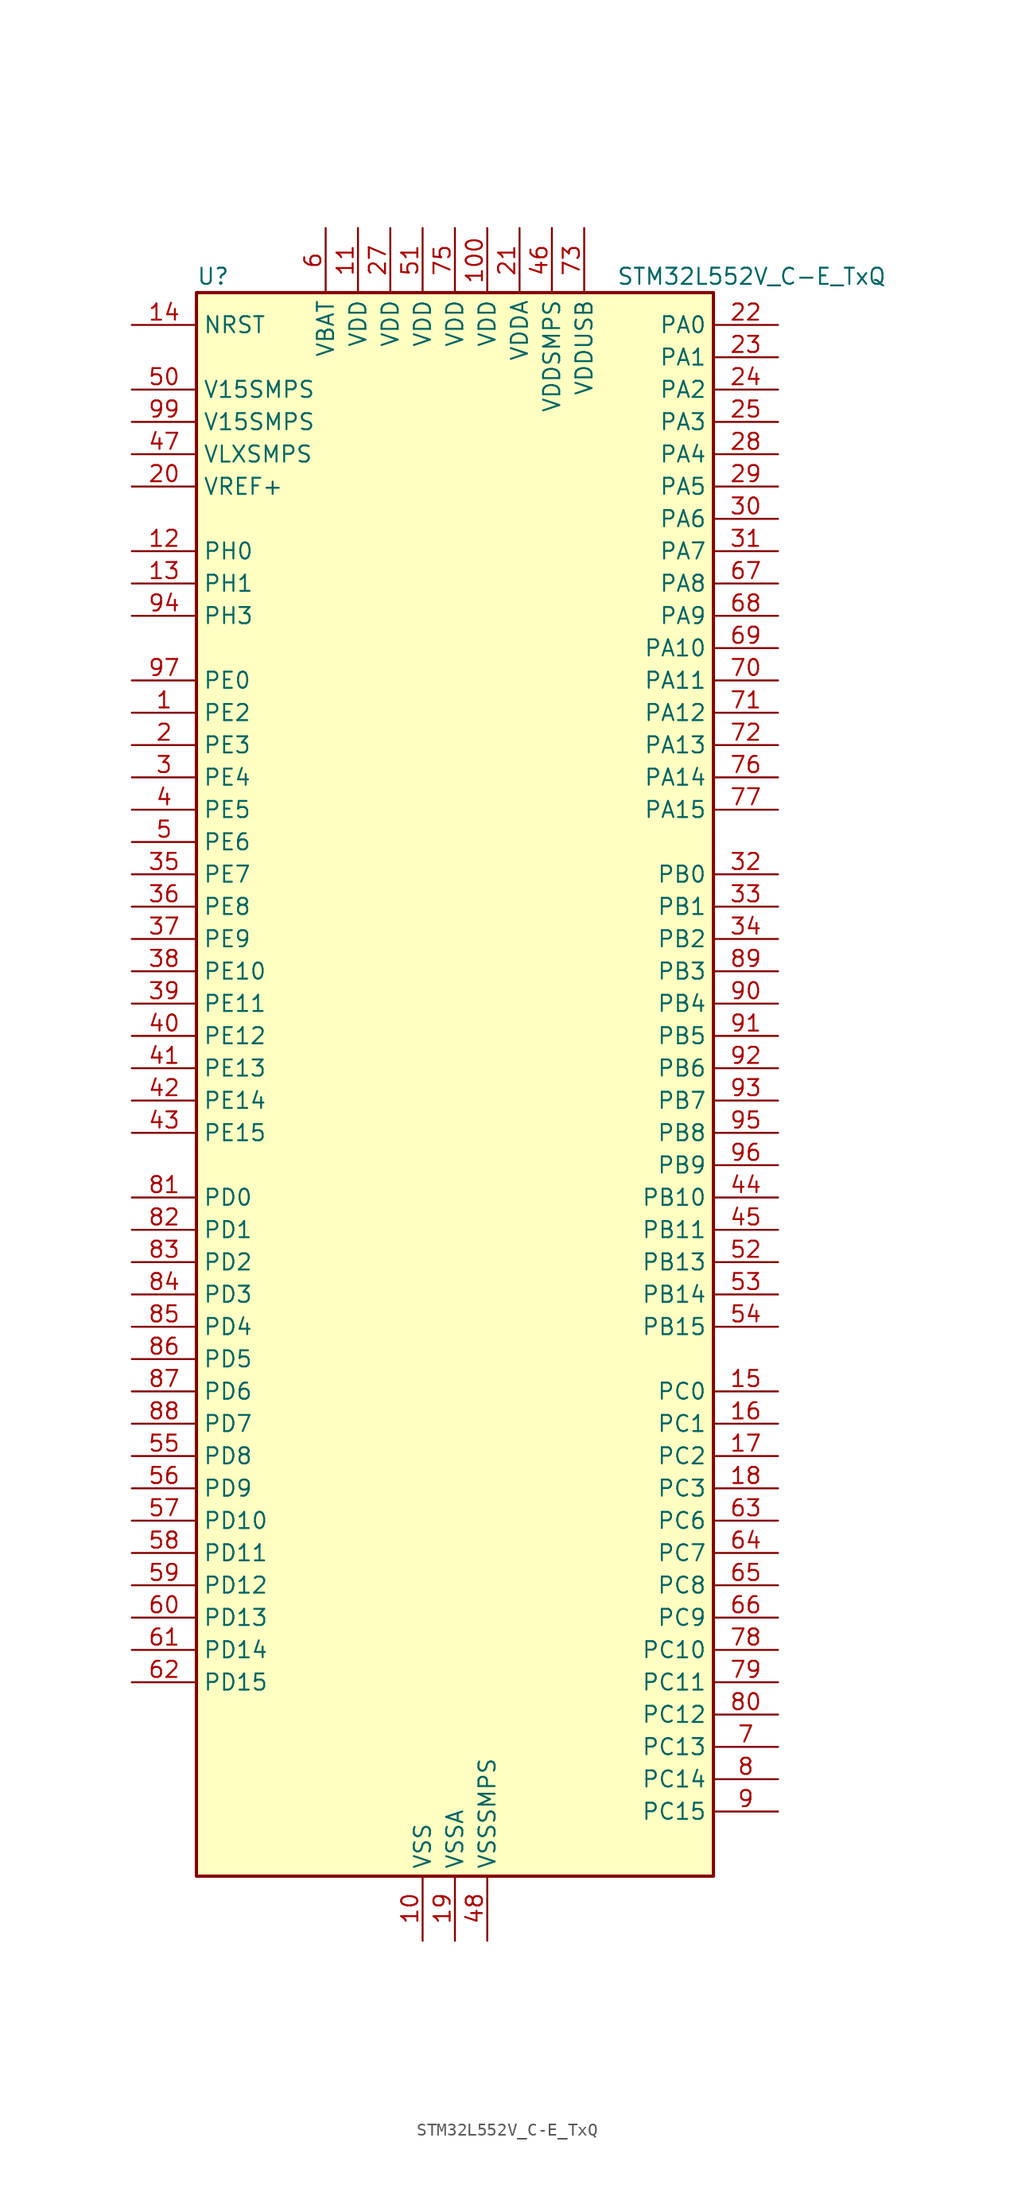
<source format=kicad_sym>
(kicad_symbol_lib
  (version 20220914)
  (generator kicad_symbol_editor)
  (symbol "STM32L552V_C-E_TxQ"
    (property "Reference" "U"
      (at -20.32 64.77 0)
      (effects (font (size 1.27 1.27)) (justify left)))
    (property "Value" "STM32L552V_C-E_TxQ"
      (at 12.7 64.77 0)
      (effects (font (size 1.27 1.27)) (justify left)))
    (property "ki_locked" ""
      (at 0 0 0)
      (effects (font (size 1.27 1.27))))
    (symbol "STM32L552V_C-E_TxQ_0_1"
      (rectangle (start -20.32 -60.96) (end 20.32 63.5) (stroke (width 0.254) (type default)) (fill (type background))))
    (symbol "STM32L552V_C-E_TxQ_1_1"
      (pin bidirectional line (at -25.4 30.48 0) (length 5.08) (name "PE2" (effects (font (size 1.27 1.27)))) (number "1" (effects (font (size 1.27 1.27)))) (alternate "DEBUG_TRACECLK" bidirectional line) (alternate "FMC_A23" bidirectional line) (alternate "SAI1_CK1" bidirectional line) (alternate "SAI1_MCLK_A" bidirectional line) (alternate "TIM3_ETR" bidirectional line) (alternate "TSC_G7_IO1" bidirectional line))
      (pin power_in line (at -2.54 -66.04 90) (length 5.08) (name "VSS" (effects (font (size 1.27 1.27)))) (number "10" (effects (font (size 1.27 1.27)))))
      (pin power_in line (at 2.54 68.58 270) (length 5.08) (name "VDD" (effects (font (size 1.27 1.27)))) (number "100" (effects (font (size 1.27 1.27)))))
      (pin power_in line (at -7.62 68.58 270) (length 5.08) (name "VDD" (effects (font (size 1.27 1.27)))) (number "11" (effects (font (size 1.27 1.27)))))
      (pin bidirectional line (at -25.4 43.18 0) (length 5.08) (name "PH0" (effects (font (size 1.27 1.27)))) (number "12" (effects (font (size 1.27 1.27)))) (alternate "RCC_OSC_IN" bidirectional line))
      (pin bidirectional line (at -25.4 40.64 0) (length 5.08) (name "PH1" (effects (font (size 1.27 1.27)))) (number "13" (effects (font (size 1.27 1.27)))) (alternate "RCC_OSC_OUT" bidirectional line))
      (pin input line (at -25.4 60.96 0) (length 5.08) (name "NRST" (effects (font (size 1.27 1.27)))) (number "14" (effects (font (size 1.27 1.27)))))
      (pin bidirectional line (at 25.4 -22.86 180) (length 5.08) (name "PC0" (effects (font (size 1.27 1.27)))) (number "15" (effects (font (size 1.27 1.27)))) (alternate "ADC1_IN1" bidirectional line) (alternate "ADC2_IN1" bidirectional line) (alternate "I2C3_SCL" bidirectional line) (alternate "LPTIM1_IN1" bidirectional line) (alternate "LPTIM2_IN1" bidirectional line) (alternate "LPUART1_RX" bidirectional line) (alternate "OCTOSPI1_IO7" bidirectional line) (alternate "SAI2_FS_A" bidirectional line) (alternate "SDMMC1_D5" bidirectional line))
      (pin bidirectional line (at 25.4 -25.4 180) (length 5.08) (name "PC1" (effects (font (size 1.27 1.27)))) (number "16" (effects (font (size 1.27 1.27)))) (alternate "ADC1_IN2" bidirectional line) (alternate "ADC2_IN2" bidirectional line) (alternate "DEBUG_TRACED0" bidirectional line) (alternate "I2C3_SDA" bidirectional line) (alternate "LPTIM1_OUT" bidirectional line) (alternate "LPUART1_TX" bidirectional line) (alternate "OCTOSPI1_IO4" bidirectional line) (alternate "SAI1_SD_A" bidirectional line) (alternate "SPI2_MOSI" bidirectional line))
      (pin bidirectional line (at 25.4 -27.94 180) (length 5.08) (name "PC2" (effects (font (size 1.27 1.27)))) (number "17" (effects (font (size 1.27 1.27)))) (alternate "ADC1_IN3" bidirectional line) (alternate "ADC2_IN3" bidirectional line) (alternate "DFSDM1_CKOUT" bidirectional line) (alternate "LPTIM1_IN2" bidirectional line) (alternate "OCTOSPI1_IO5" bidirectional line) (alternate "SPI2_MISO" bidirectional line))
      (pin bidirectional line (at 25.4 -30.48 180) (length 5.08) (name "PC3" (effects (font (size 1.27 1.27)))) (number "18" (effects (font (size 1.27 1.27)))) (alternate "ADC1_IN4" bidirectional line) (alternate "ADC2_IN4" bidirectional line) (alternate "LPTIM1_ETR" bidirectional line) (alternate "LPTIM2_ETR" bidirectional line) (alternate "LPTIM3_OUT" bidirectional line) (alternate "OCTOSPI1_IO6" bidirectional line) (alternate "SAI1_D1" bidirectional line) (alternate "SAI1_SD_A" bidirectional line) (alternate "SPI2_MOSI" bidirectional line))
      (pin power_in line (at 0 -66.04 90) (length 5.08) (name "VSSA" (effects (font (size 1.27 1.27)))) (number "19" (effects (font (size 1.27 1.27)))))
      (pin bidirectional line (at -25.4 27.94 0) (length 5.08) (name "PE3" (effects (font (size 1.27 1.27)))) (number "2" (effects (font (size 1.27 1.27)))) (alternate "DEBUG_TRACED0" bidirectional line) (alternate "FMC_A19" bidirectional line) (alternate "OCTOSPI1_DQS" bidirectional line) (alternate "SAI1_SD_B" bidirectional line) (alternate "TIM3_CH1" bidirectional line) (alternate "TSC_G7_IO2" bidirectional line))
      (pin input line (at -25.4 48.26 0) (length 5.08) (name "VREF+" (effects (font (size 1.27 1.27)))) (number "20" (effects (font (size 1.27 1.27)))))
      (pin power_in line (at 5.08 68.58 270) (length 5.08) (name "VDDA" (effects (font (size 1.27 1.27)))) (number "21" (effects (font (size 1.27 1.27)))))
      (pin bidirectional line (at 25.4 60.96 180) (length 5.08) (name "PA0" (effects (font (size 1.27 1.27)))) (number "22" (effects (font (size 1.27 1.27)))) (alternate "ADC1_IN5" bidirectional line) (alternate "ADC2_IN5" bidirectional line) (alternate "OPAMP1_VINP" bidirectional line) (alternate "PWR_WKUP1" bidirectional line) (alternate "SAI1_EXTCLK" bidirectional line) (alternate "TAMP_IN2" bidirectional line) (alternate "TAMP_OUT1" bidirectional line) (alternate "TIM2_CH1" bidirectional line) (alternate "TIM2_ETR" bidirectional line) (alternate "TIM5_CH1" bidirectional line) (alternate "TIM8_ETR" bidirectional line) (alternate "UART4_TX" bidirectional line) (alternate "USART2_CTS" bidirectional line) (alternate "USART2_NSS" bidirectional line))
      (pin bidirectional line (at 25.4 58.42 180) (length 5.08) (name "PA1" (effects (font (size 1.27 1.27)))) (number "23" (effects (font (size 1.27 1.27)))) (alternate "ADC1_IN6" bidirectional line) (alternate "ADC2_IN6" bidirectional line) (alternate "I2C1_SMBA" bidirectional line) (alternate "OCTOSPI1_DQS" bidirectional line) (alternate "OPAMP1_VINM" bidirectional line) (alternate "SPI1_SCK" bidirectional line) (alternate "TAMP_IN5" bidirectional line) (alternate "TAMP_OUT4" bidirectional line) (alternate "TIM15_CH1N" bidirectional line) (alternate "TIM2_CH2" bidirectional line) (alternate "TIM5_CH2" bidirectional line) (alternate "UART4_RX" bidirectional line) (alternate "USART2_DE" bidirectional line) (alternate "USART2_RTS" bidirectional line))
      (pin bidirectional line (at 25.4 55.88 180) (length 5.08) (name "PA2" (effects (font (size 1.27 1.27)))) (number "24" (effects (font (size 1.27 1.27)))) (alternate "ADC1_IN7" bidirectional line) (alternate "ADC2_IN7" bidirectional line) (alternate "COMP1_INP" bidirectional line) (alternate "LPUART1_TX" bidirectional line) (alternate "OCTOSPI1_NCS" bidirectional line) (alternate "PWR_WKUP4" bidirectional line) (alternate "RCC_LSCO" bidirectional line) (alternate "SAI2_EXTCLK" bidirectional line) (alternate "TIM15_CH1" bidirectional line) (alternate "TIM2_CH3" bidirectional line) (alternate "TIM5_CH3" bidirectional line) (alternate "UCPD1_FRSTX1" bidirectional line) (alternate "USART2_TX" bidirectional line))
      (pin bidirectional line (at 25.4 53.34 180) (length 5.08) (name "PA3" (effects (font (size 1.27 1.27)))) (number "25" (effects (font (size 1.27 1.27)))) (alternate "ADC1_IN8" bidirectional line) (alternate "ADC2_IN8" bidirectional line) (alternate "LPUART1_RX" bidirectional line) (alternate "OCTOSPI1_CLK" bidirectional line) (alternate "OPAMP1_VOUT" bidirectional line) (alternate "SAI1_CK1" bidirectional line) (alternate "SAI1_MCLK_A" bidirectional line) (alternate "TIM15_CH2" bidirectional line) (alternate "TIM2_CH4" bidirectional line) (alternate "TIM5_CH4" bidirectional line) (alternate "USART2_RX" bidirectional line))
      (pin passive line (at -2.54 -66.04 90) (length 5.08) hide (name "VSS" (effects (font (size 1.27 1.27)))) (number "26" (effects (font (size 1.27 1.27)))))
      (pin power_in line (at -5.08 68.58 270) (length 5.08) (name "VDD" (effects (font (size 1.27 1.27)))) (number "27" (effects (font (size 1.27 1.27)))))
      (pin bidirectional line (at 25.4 50.8 180) (length 5.08) (name "PA4" (effects (font (size 1.27 1.27)))) (number "28" (effects (font (size 1.27 1.27)))) (alternate "ADC1_IN9" bidirectional line) (alternate "ADC2_IN9" bidirectional line) (alternate "DAC1_OUT1" bidirectional line) (alternate "LPTIM2_OUT" bidirectional line) (alternate "OCTOSPI1_NCS" bidirectional line) (alternate "SAI1_FS_B" bidirectional line) (alternate "SPI1_NSS" bidirectional line) (alternate "SPI3_NSS" bidirectional line) (alternate "USART2_CK" bidirectional line))
      (pin bidirectional line (at 25.4 48.26 180) (length 5.08) (name "PA5" (effects (font (size 1.27 1.27)))) (number "29" (effects (font (size 1.27 1.27)))) (alternate "ADC1_IN10" bidirectional line) (alternate "ADC2_IN10" bidirectional line) (alternate "DAC1_OUT2" bidirectional line) (alternate "LPTIM2_ETR" bidirectional line) (alternate "SPI1_SCK" bidirectional line) (alternate "TIM2_CH1" bidirectional line) (alternate "TIM2_ETR" bidirectional line) (alternate "TIM8_CH1N" bidirectional line))
      (pin bidirectional line (at -25.4 25.4 0) (length 5.08) (name "PE4" (effects (font (size 1.27 1.27)))) (number "3" (effects (font (size 1.27 1.27)))) (alternate "DEBUG_TRACED1" bidirectional line) (alternate "DFSDM1_DATIN3" bidirectional line) (alternate "FMC_A20" bidirectional line) (alternate "SAI1_D2" bidirectional line) (alternate "SAI1_FS_A" bidirectional line) (alternate "TIM3_CH2" bidirectional line) (alternate "TSC_G7_IO3" bidirectional line))
      (pin bidirectional line (at 25.4 45.72 180) (length 5.08) (name "PA6" (effects (font (size 1.27 1.27)))) (number "30" (effects (font (size 1.27 1.27)))) (alternate "ADC1_IN11" bidirectional line) (alternate "ADC2_IN11" bidirectional line) (alternate "LPUART1_CTS" bidirectional line) (alternate "OCTOSPI1_IO3" bidirectional line) (alternate "OPAMP2_VINP" bidirectional line) (alternate "SPI1_MISO" bidirectional line) (alternate "TIM16_CH1" bidirectional line) (alternate "TIM1_BKIN" bidirectional line) (alternate "TIM3_CH1" bidirectional line) (alternate "TIM8_BKIN" bidirectional line) (alternate "USART3_CTS" bidirectional line) (alternate "USART3_NSS" bidirectional line))
      (pin bidirectional line (at 25.4 43.18 180) (length 5.08) (name "PA7" (effects (font (size 1.27 1.27)))) (number "31" (effects (font (size 1.27 1.27)))) (alternate "ADC1_IN12" bidirectional line) (alternate "ADC2_IN12" bidirectional line) (alternate "I2C3_SCL" bidirectional line) (alternate "OCTOSPI1_IO2" bidirectional line) (alternate "OPAMP2_VINM" bidirectional line) (alternate "SPI1_MOSI" bidirectional line) (alternate "TIM17_CH1" bidirectional line) (alternate "TIM1_CH1N" bidirectional line) (alternate "TIM3_CH2" bidirectional line) (alternate "TIM8_CH1N" bidirectional line))
      (pin bidirectional line (at 25.4 17.78 180) (length 5.08) (name "PB0" (effects (font (size 1.27 1.27)))) (number "32" (effects (font (size 1.27 1.27)))) (alternate "ADC1_IN15" bidirectional line) (alternate "ADC2_IN15" bidirectional line) (alternate "COMP1_OUT" bidirectional line) (alternate "OCTOSPI1_IO1" bidirectional line) (alternate "OPAMP2_VOUT" bidirectional line) (alternate "SAI1_EXTCLK" bidirectional line) (alternate "SPI1_NSS" bidirectional line) (alternate "TIM1_CH2N" bidirectional line) (alternate "TIM3_CH3" bidirectional line) (alternate "TIM8_CH2N" bidirectional line) (alternate "USART3_CK" bidirectional line))
      (pin bidirectional line (at 25.4 15.24 180) (length 5.08) (name "PB1" (effects (font (size 1.27 1.27)))) (number "33" (effects (font (size 1.27 1.27)))) (alternate "ADC1_IN16" bidirectional line) (alternate "ADC2_IN16" bidirectional line) (alternate "COMP1_INM" bidirectional line) (alternate "DFSDM1_DATIN0" bidirectional line) (alternate "LPTIM2_IN1" bidirectional line) (alternate "LPUART1_DE" bidirectional line) (alternate "LPUART1_RTS" bidirectional line) (alternate "OCTOSPI1_IO0" bidirectional line) (alternate "TIM1_CH3N" bidirectional line) (alternate "TIM3_CH4" bidirectional line) (alternate "TIM8_CH3N" bidirectional line) (alternate "USART3_DE" bidirectional line) (alternate "USART3_RTS" bidirectional line))
      (pin bidirectional line (at 25.4 12.7 180) (length 5.08) (name "PB2" (effects (font (size 1.27 1.27)))) (number "34" (effects (font (size 1.27 1.27)))) (alternate "COMP1_INP" bidirectional line) (alternate "DFSDM1_CKIN0" bidirectional line) (alternate "I2C3_SMBA" bidirectional line) (alternate "LPTIM1_OUT" bidirectional line) (alternate "OCTOSPI1_DQS" bidirectional line) (alternate "RTC_OUT2" bidirectional line) (alternate "UCPD1_FRSTX1" bidirectional line))
      (pin bidirectional line (at -25.4 17.78 0) (length 5.08) (name "PE7" (effects (font (size 1.27 1.27)))) (number "35" (effects (font (size 1.27 1.27)))) (alternate "DFSDM1_DATIN2" bidirectional line) (alternate "FMC_D4" bidirectional line) (alternate "FMC_DA4" bidirectional line) (alternate "SAI1_SD_B" bidirectional line) (alternate "TIM1_ETR" bidirectional line))
      (pin bidirectional line (at -25.4 15.24 0) (length 5.08) (name "PE8" (effects (font (size 1.27 1.27)))) (number "36" (effects (font (size 1.27 1.27)))) (alternate "DFSDM1_CKIN2" bidirectional line) (alternate "FMC_D5" bidirectional line) (alternate "FMC_DA5" bidirectional line) (alternate "SAI1_SCK_B" bidirectional line) (alternate "TIM1_CH1N" bidirectional line))
      (pin bidirectional line (at -25.4 12.7 0) (length 5.08) (name "PE9" (effects (font (size 1.27 1.27)))) (number "37" (effects (font (size 1.27 1.27)))) (alternate "DAC1_EXTI9" bidirectional line) (alternate "DFSDM1_CKOUT" bidirectional line) (alternate "FMC_D6" bidirectional line) (alternate "FMC_DA6" bidirectional line) (alternate "OCTOSPI1_NCLK" bidirectional line) (alternate "SAI1_FS_B" bidirectional line) (alternate "TIM1_CH1" bidirectional line))
      (pin bidirectional line (at -25.4 10.16 0) (length 5.08) (name "PE10" (effects (font (size 1.27 1.27)))) (number "38" (effects (font (size 1.27 1.27)))) (alternate "FMC_D7" bidirectional line) (alternate "FMC_DA7" bidirectional line) (alternate "OCTOSPI1_CLK" bidirectional line) (alternate "SAI1_MCLK_B" bidirectional line) (alternate "TIM1_CH2N" bidirectional line) (alternate "TSC_G5_IO1" bidirectional line))
      (pin bidirectional line (at -25.4 7.62 0) (length 5.08) (name "PE11" (effects (font (size 1.27 1.27)))) (number "39" (effects (font (size 1.27 1.27)))) (alternate "ADC1_EXTI11" bidirectional line) (alternate "ADC2_EXTI11" bidirectional line) (alternate "FMC_D8" bidirectional line) (alternate "FMC_DA8" bidirectional line) (alternate "OCTOSPI1_NCS" bidirectional line) (alternate "TIM1_CH2" bidirectional line) (alternate "TSC_G5_IO2" bidirectional line))
      (pin bidirectional line (at -25.4 22.86 0) (length 5.08) (name "PE5" (effects (font (size 1.27 1.27)))) (number "4" (effects (font (size 1.27 1.27)))) (alternate "DEBUG_TRACED2" bidirectional line) (alternate "DFSDM1_CKIN3" bidirectional line) (alternate "FMC_A21" bidirectional line) (alternate "SAI1_CK2" bidirectional line) (alternate "SAI1_SCK_A" bidirectional line) (alternate "TIM3_CH3" bidirectional line) (alternate "TSC_G7_IO4" bidirectional line))
      (pin bidirectional line (at -25.4 5.08 0) (length 5.08) (name "PE12" (effects (font (size 1.27 1.27)))) (number "40" (effects (font (size 1.27 1.27)))) (alternate "FMC_D9" bidirectional line) (alternate "FMC_DA9" bidirectional line) (alternate "OCTOSPI1_IO0" bidirectional line) (alternate "SPI1_NSS" bidirectional line) (alternate "TIM1_CH3N" bidirectional line) (alternate "TSC_G5_IO3" bidirectional line))
      (pin bidirectional line (at -25.4 2.54 0) (length 5.08) (name "PE13" (effects (font (size 1.27 1.27)))) (number "41" (effects (font (size 1.27 1.27)))) (alternate "FMC_D10" bidirectional line) (alternate "FMC_DA10" bidirectional line) (alternate "OCTOSPI1_IO1" bidirectional line) (alternate "SPI1_SCK" bidirectional line) (alternate "TIM1_CH3" bidirectional line) (alternate "TSC_G5_IO4" bidirectional line))
      (pin bidirectional line (at -25.4 0 0) (length 5.08) (name "PE14" (effects (font (size 1.27 1.27)))) (number "42" (effects (font (size 1.27 1.27)))) (alternate "FMC_D11" bidirectional line) (alternate "FMC_DA11" bidirectional line) (alternate "OCTOSPI1_IO2" bidirectional line) (alternate "SPI1_MISO" bidirectional line) (alternate "TIM1_BKIN2" bidirectional line) (alternate "TIM1_CH4" bidirectional line))
      (pin bidirectional line (at -25.4 -2.54 0) (length 5.08) (name "PE15" (effects (font (size 1.27 1.27)))) (number "43" (effects (font (size 1.27 1.27)))) (alternate "ADC1_EXTI15" bidirectional line) (alternate "ADC2_EXTI15" bidirectional line) (alternate "FMC_D12" bidirectional line) (alternate "FMC_DA12" bidirectional line) (alternate "OCTOSPI1_IO3" bidirectional line) (alternate "SPI1_MOSI" bidirectional line) (alternate "TIM1_BKIN" bidirectional line))
      (pin bidirectional line (at 25.4 -7.62 180) (length 5.08) (name "PB10" (effects (font (size 1.27 1.27)))) (number "44" (effects (font (size 1.27 1.27)))) (alternate "COMP1_OUT" bidirectional line) (alternate "I2C2_SCL" bidirectional line) (alternate "I2C4_SCL" bidirectional line) (alternate "LPTIM3_OUT" bidirectional line) (alternate "LPUART1_RX" bidirectional line) (alternate "OCTOSPI1_CLK" bidirectional line) (alternate "SAI1_SCK_A" bidirectional line) (alternate "SPI2_SCK" bidirectional line) (alternate "TIM2_CH3" bidirectional line) (alternate "TSC_SYNC" bidirectional line) (alternate "USART3_TX" bidirectional line))
      (pin bidirectional line (at 25.4 -10.16 180) (length 5.08) (name "PB11" (effects (font (size 1.27 1.27)))) (number "45" (effects (font (size 1.27 1.27)))) (alternate "ADC1_EXTI11" bidirectional line) (alternate "ADC2_EXTI11" bidirectional line) (alternate "COMP2_OUT" bidirectional line) (alternate "I2C2_SDA" bidirectional line) (alternate "I2C4_SDA" bidirectional line) (alternate "LPUART1_TX" bidirectional line) (alternate "OCTOSPI1_NCS" bidirectional line) (alternate "TIM2_CH4" bidirectional line) (alternate "USART3_RX" bidirectional line))
      (pin power_in line (at 7.62 68.58 270) (length 5.08) (name "VDDSMPS" (effects (font (size 1.27 1.27)))) (number "46" (effects (font (size 1.27 1.27)))))
      (pin power_in line (at -25.4 50.8 0) (length 5.08) (name "VLXSMPS" (effects (font (size 1.27 1.27)))) (number "47" (effects (font (size 1.27 1.27)))))
      (pin power_in line (at 2.54 -66.04 90) (length 5.08) (name "VSSSMPS" (effects (font (size 1.27 1.27)))) (number "48" (effects (font (size 1.27 1.27)))))
      (pin passive line (at -2.54 -66.04 90) (length 5.08) hide (name "VSS" (effects (font (size 1.27 1.27)))) (number "49" (effects (font (size 1.27 1.27)))))
      (pin bidirectional line (at -25.4 20.32 0) (length 5.08) (name "PE6" (effects (font (size 1.27 1.27)))) (number "5" (effects (font (size 1.27 1.27)))) (alternate "DEBUG_TRACED3" bidirectional line) (alternate "FMC_A22" bidirectional line) (alternate "PWR_WKUP3" bidirectional line) (alternate "SAI1_D1" bidirectional line) (alternate "SAI1_SD_A" bidirectional line) (alternate "TAMP_IN3" bidirectional line) (alternate "TAMP_OUT6" bidirectional line) (alternate "TIM3_CH4" bidirectional line))
      (pin power_in line (at -25.4 55.88 0) (length 5.08) (name "V15SMPS" (effects (font (size 1.27 1.27)))) (number "50" (effects (font (size 1.27 1.27)))))
      (pin power_in line (at -2.54 68.58 270) (length 5.08) (name "VDD" (effects (font (size 1.27 1.27)))) (number "51" (effects (font (size 1.27 1.27)))))
      (pin bidirectional line (at 25.4 -12.7 180) (length 5.08) (name "PB13" (effects (font (size 1.27 1.27)))) (number "52" (effects (font (size 1.27 1.27)))) (alternate "DFSDM1_CKIN1" bidirectional line) (alternate "I2C2_SCL" bidirectional line) (alternate "LPTIM3_IN1" bidirectional line) (alternate "LPUART1_CTS" bidirectional line) (alternate "SAI2_SCK_A" bidirectional line) (alternate "SPI2_SCK" bidirectional line) (alternate "TIM15_CH1N" bidirectional line) (alternate "TIM1_CH1N" bidirectional line) (alternate "TSC_G1_IO2" bidirectional line) (alternate "UCPD1_FRSTX2" bidirectional line) (alternate "USART3_CTS" bidirectional line) (alternate "USART3_NSS" bidirectional line))
      (pin bidirectional line (at 25.4 -15.24 180) (length 5.08) (name "PB14" (effects (font (size 1.27 1.27)))) (number "53" (effects (font (size 1.27 1.27)))) (alternate "DFSDM1_DATIN2" bidirectional line) (alternate "I2C2_SDA" bidirectional line) (alternate "LPTIM3_ETR" bidirectional line) (alternate "SAI2_MCLK_A" bidirectional line) (alternate "SPI2_MISO" bidirectional line) (alternate "TIM15_CH1" bidirectional line) (alternate "TIM1_CH2N" bidirectional line) (alternate "TIM8_CH2N" bidirectional line) (alternate "TSC_G1_IO3" bidirectional line) (alternate "UCPD1_DBCC2" bidirectional line) (alternate "USART3_DE" bidirectional line) (alternate "USART3_RTS" bidirectional line))
      (pin bidirectional line (at 25.4 -17.78 180) (length 5.08) (name "PB15" (effects (font (size 1.27 1.27)))) (number "54" (effects (font (size 1.27 1.27)))) (alternate "ADC1_EXTI15" bidirectional line) (alternate "ADC2_EXTI15" bidirectional line) (alternate "DFSDM1_CKIN2" bidirectional line) (alternate "RTC_REFIN" bidirectional line) (alternate "SAI2_SD_A" bidirectional line) (alternate "SPI2_MOSI" bidirectional line) (alternate "TIM15_CH2" bidirectional line) (alternate "TIM1_CH3N" bidirectional line) (alternate "TIM8_CH3N" bidirectional line) (alternate "UCPD1_CC2" bidirectional line))
      (pin bidirectional line (at -25.4 -27.94 0) (length 5.08) (name "PD8" (effects (font (size 1.27 1.27)))) (number "55" (effects (font (size 1.27 1.27)))) (alternate "FMC_D13" bidirectional line) (alternate "FMC_DA13" bidirectional line) (alternate "USART3_TX" bidirectional line))
      (pin bidirectional line (at -25.4 -30.48 0) (length 5.08) (name "PD9" (effects (font (size 1.27 1.27)))) (number "56" (effects (font (size 1.27 1.27)))) (alternate "DAC1_EXTI9" bidirectional line) (alternate "FMC_D14" bidirectional line) (alternate "FMC_DA14" bidirectional line) (alternate "SAI2_MCLK_A" bidirectional line) (alternate "USART3_RX" bidirectional line))
      (pin bidirectional line (at -25.4 -33.02 0) (length 5.08) (name "PD10" (effects (font (size 1.27 1.27)))) (number "57" (effects (font (size 1.27 1.27)))) (alternate "FMC_D15" bidirectional line) (alternate "FMC_DA15" bidirectional line) (alternate "SAI2_SCK_A" bidirectional line) (alternate "TSC_G6_IO1" bidirectional line) (alternate "USART3_CK" bidirectional line))
      (pin bidirectional line (at -25.4 -35.56 0) (length 5.08) (name "PD11" (effects (font (size 1.27 1.27)))) (number "58" (effects (font (size 1.27 1.27)))) (alternate "ADC1_EXTI11" bidirectional line) (alternate "ADC2_EXTI11" bidirectional line) (alternate "FMC_A16" bidirectional line) (alternate "FMC_CLE" bidirectional line) (alternate "I2C4_SMBA" bidirectional line) (alternate "LPTIM2_ETR" bidirectional line) (alternate "SAI2_SD_A" bidirectional line) (alternate "TSC_G6_IO2" bidirectional line) (alternate "USART3_CTS" bidirectional line) (alternate "USART3_NSS" bidirectional line))
      (pin bidirectional line (at -25.4 -38.1 0) (length 5.08) (name "PD12" (effects (font (size 1.27 1.27)))) (number "59" (effects (font (size 1.27 1.27)))) (alternate "FMC_A17" bidirectional line) (alternate "FMC_ALE" bidirectional line) (alternate "I2C4_SCL" bidirectional line) (alternate "LPTIM2_IN1" bidirectional line) (alternate "SAI2_FS_A" bidirectional line) (alternate "TIM4_CH1" bidirectional line) (alternate "TSC_G6_IO3" bidirectional line) (alternate "USART3_DE" bidirectional line) (alternate "USART3_RTS" bidirectional line))
      (pin power_in line (at -10.16 68.58 270) (length 5.08) (name "VBAT" (effects (font (size 1.27 1.27)))) (number "6" (effects (font (size 1.27 1.27)))))
      (pin bidirectional line (at -25.4 -40.64 0) (length 5.08) (name "PD13" (effects (font (size 1.27 1.27)))) (number "60" (effects (font (size 1.27 1.27)))) (alternate "FMC_A18" bidirectional line) (alternate "I2C4_SDA" bidirectional line) (alternate "LPTIM2_OUT" bidirectional line) (alternate "TIM4_CH2" bidirectional line) (alternate "TSC_G6_IO4" bidirectional line))
      (pin bidirectional line (at -25.4 -43.18 0) (length 5.08) (name "PD14" (effects (font (size 1.27 1.27)))) (number "61" (effects (font (size 1.27 1.27)))) (alternate "FMC_D0" bidirectional line) (alternate "FMC_DA0" bidirectional line) (alternate "TIM4_CH3" bidirectional line))
      (pin bidirectional line (at -25.4 -45.72 0) (length 5.08) (name "PD15" (effects (font (size 1.27 1.27)))) (number "62" (effects (font (size 1.27 1.27)))) (alternate "ADC1_EXTI15" bidirectional line) (alternate "ADC2_EXTI15" bidirectional line) (alternate "FMC_D1" bidirectional line) (alternate "FMC_DA1" bidirectional line) (alternate "TIM4_CH4" bidirectional line))
      (pin bidirectional line (at 25.4 -33.02 180) (length 5.08) (name "PC6" (effects (font (size 1.27 1.27)))) (number "63" (effects (font (size 1.27 1.27)))) (alternate "DFSDM1_CKIN3" bidirectional line) (alternate "SAI2_MCLK_A" bidirectional line) (alternate "SDMMC1_D0DIR" bidirectional line) (alternate "SDMMC1_D6" bidirectional line) (alternate "TIM3_CH1" bidirectional line) (alternate "TIM8_CH1" bidirectional line) (alternate "TSC_G4_IO1" bidirectional line))
      (pin bidirectional line (at 25.4 -35.56 180) (length 5.08) (name "PC7" (effects (font (size 1.27 1.27)))) (number "64" (effects (font (size 1.27 1.27)))) (alternate "DFSDM1_DATIN3" bidirectional line) (alternate "SAI2_MCLK_B" bidirectional line) (alternate "SDMMC1_D123DIR" bidirectional line) (alternate "SDMMC1_D7" bidirectional line) (alternate "TIM3_CH2" bidirectional line) (alternate "TIM8_CH2" bidirectional line) (alternate "TSC_G4_IO2" bidirectional line))
      (pin bidirectional line (at 25.4 -38.1 180) (length 5.08) (name "PC8" (effects (font (size 1.27 1.27)))) (number "65" (effects (font (size 1.27 1.27)))) (alternate "SDMMC1_D0" bidirectional line) (alternate "TIM3_CH3" bidirectional line) (alternate "TIM8_CH3" bidirectional line) (alternate "TSC_G4_IO3" bidirectional line))
      (pin bidirectional line (at 25.4 -40.64 180) (length 5.08) (name "PC9" (effects (font (size 1.27 1.27)))) (number "66" (effects (font (size 1.27 1.27)))) (alternate "DAC1_EXTI9" bidirectional line) (alternate "DEBUG_TRACED0" bidirectional line) (alternate "SAI2_EXTCLK" bidirectional line) (alternate "SDMMC1_D1" bidirectional line) (alternate "TIM3_CH4" bidirectional line) (alternate "TIM8_BKIN2" bidirectional line) (alternate "TIM8_CH4" bidirectional line) (alternate "TSC_G4_IO4" bidirectional line) (alternate "USB_NOE" bidirectional line))
      (pin bidirectional line (at 25.4 40.64 180) (length 5.08) (name "PA8" (effects (font (size 1.27 1.27)))) (number "67" (effects (font (size 1.27 1.27)))) (alternate "LPTIM2_OUT" bidirectional line) (alternate "RCC_MCO" bidirectional line) (alternate "SAI1_CK2" bidirectional line) (alternate "SAI1_SCK_A" bidirectional line) (alternate "TIM1_CH1" bidirectional line) (alternate "USART1_CK" bidirectional line))
      (pin bidirectional line (at 25.4 38.1 180) (length 5.08) (name "PA9" (effects (font (size 1.27 1.27)))) (number "68" (effects (font (size 1.27 1.27)))) (alternate "DAC1_EXTI9" bidirectional line) (alternate "SAI1_FS_A" bidirectional line) (alternate "SPI2_SCK" bidirectional line) (alternate "TIM15_BKIN" bidirectional line) (alternate "TIM1_CH2" bidirectional line) (alternate "USART1_TX" bidirectional line))
      (pin bidirectional line (at 25.4 35.56 180) (length 5.08) (name "PA10" (effects (font (size 1.27 1.27)))) (number "69" (effects (font (size 1.27 1.27)))) (alternate "CRS_SYNC" bidirectional line) (alternate "SAI1_D1" bidirectional line) (alternate "SAI1_SD_A" bidirectional line) (alternate "TIM17_BKIN" bidirectional line) (alternate "TIM1_CH3" bidirectional line) (alternate "USART1_RX" bidirectional line))
      (pin bidirectional line (at 25.4 -50.8 180) (length 5.08) (name "PC13" (effects (font (size 1.27 1.27)))) (number "7" (effects (font (size 1.27 1.27)))) (alternate "PWR_WKUP2" bidirectional line) (alternate "RTC_OUT1" bidirectional line) (alternate "RTC_TS" bidirectional line) (alternate "TAMP_IN1" bidirectional line) (alternate "TAMP_OUT2" bidirectional line))
      (pin bidirectional line (at 25.4 33.02 180) (length 5.08) (name "PA11" (effects (font (size 1.27 1.27)))) (number "70" (effects (font (size 1.27 1.27)))) (alternate "ADC1_EXTI11" bidirectional line) (alternate "ADC2_EXTI11" bidirectional line) (alternate "FDCAN1_RX" bidirectional line) (alternate "SPI1_MISO" bidirectional line) (alternate "TIM1_BKIN2" bidirectional line) (alternate "TIM1_CH4" bidirectional line) (alternate "USART1_CTS" bidirectional line) (alternate "USART1_NSS" bidirectional line) (alternate "USB_DM" bidirectional line))
      (pin bidirectional line (at 25.4 30.48 180) (length 5.08) (name "PA12" (effects (font (size 1.27 1.27)))) (number "71" (effects (font (size 1.27 1.27)))) (alternate "FDCAN1_TX" bidirectional line) (alternate "SPI1_MOSI" bidirectional line) (alternate "TIM1_ETR" bidirectional line) (alternate "USART1_DE" bidirectional line) (alternate "USART1_RTS" bidirectional line) (alternate "USB_DP" bidirectional line))
      (pin bidirectional line (at 25.4 27.94 180) (length 5.08) (name "PA13" (effects (font (size 1.27 1.27)))) (number "72" (effects (font (size 1.27 1.27)))) (alternate "DEBUG_JTMS-SWDIO" bidirectional line) (alternate "IR_OUT" bidirectional line) (alternate "SAI1_SD_B" bidirectional line) (alternate "USB_NOE" bidirectional line))
      (pin power_in line (at 10.16 68.58 270) (length 5.08) (name "VDDUSB" (effects (font (size 1.27 1.27)))) (number "73" (effects (font (size 1.27 1.27)))))
      (pin passive line (at -2.54 -66.04 90) (length 5.08) hide (name "VSS" (effects (font (size 1.27 1.27)))) (number "74" (effects (font (size 1.27 1.27)))))
      (pin power_in line (at 0 68.58 270) (length 5.08) (name "VDD" (effects (font (size 1.27 1.27)))) (number "75" (effects (font (size 1.27 1.27)))))
      (pin bidirectional line (at 25.4 25.4 180) (length 5.08) (name "PA14" (effects (font (size 1.27 1.27)))) (number "76" (effects (font (size 1.27 1.27)))) (alternate "DEBUG_JTCK-SWCLK" bidirectional line) (alternate "I2C1_SMBA" bidirectional line) (alternate "I2C4_SMBA" bidirectional line) (alternate "LPTIM1_OUT" bidirectional line) (alternate "SAI1_FS_B" bidirectional line))
      (pin bidirectional line (at 25.4 22.86 180) (length 5.08) (name "PA15" (effects (font (size 1.27 1.27)))) (number "77" (effects (font (size 1.27 1.27)))) (alternate "ADC1_EXTI15" bidirectional line) (alternate "ADC2_EXTI15" bidirectional line) (alternate "DEBUG_JTDI" bidirectional line) (alternate "SAI2_FS_B" bidirectional line) (alternate "SPI1_NSS" bidirectional line) (alternate "SPI3_NSS" bidirectional line) (alternate "TIM2_CH1" bidirectional line) (alternate "TIM2_ETR" bidirectional line) (alternate "UART4_DE" bidirectional line) (alternate "UART4_RTS" bidirectional line) (alternate "UCPD1_CC1" bidirectional line) (alternate "USART2_RX" bidirectional line) (alternate "USART3_DE" bidirectional line) (alternate "USART3_RTS" bidirectional line))
      (pin bidirectional line (at 25.4 -43.18 180) (length 5.08) (name "PC10" (effects (font (size 1.27 1.27)))) (number "78" (effects (font (size 1.27 1.27)))) (alternate "DEBUG_TRACED1" bidirectional line) (alternate "LPTIM3_ETR" bidirectional line) (alternate "SAI2_SCK_B" bidirectional line) (alternate "SDMMC1_D2" bidirectional line) (alternate "SPI3_SCK" bidirectional line) (alternate "TSC_G3_IO2" bidirectional line) (alternate "UART4_TX" bidirectional line) (alternate "USART3_TX" bidirectional line))
      (pin bidirectional line (at 25.4 -45.72 180) (length 5.08) (name "PC11" (effects (font (size 1.27 1.27)))) (number "79" (effects (font (size 1.27 1.27)))) (alternate "ADC1_EXTI11" bidirectional line) (alternate "ADC2_EXTI11" bidirectional line) (alternate "LPTIM3_IN1" bidirectional line) (alternate "OCTOSPI1_NCS" bidirectional line) (alternate "SAI2_MCLK_B" bidirectional line) (alternate "SDMMC1_D3" bidirectional line) (alternate "SPI3_MISO" bidirectional line) (alternate "TSC_G3_IO3" bidirectional line) (alternate "UART4_RX" bidirectional line) (alternate "UCPD1_FRSTX2" bidirectional line) (alternate "USART3_RX" bidirectional line))
      (pin bidirectional line (at 25.4 -53.34 180) (length 5.08) (name "PC14" (effects (font (size 1.27 1.27)))) (number "8" (effects (font (size 1.27 1.27)))) (alternate "RCC_OSC32_IN" bidirectional line))
      (pin bidirectional line (at 25.4 -48.26 180) (length 5.08) (name "PC12" (effects (font (size 1.27 1.27)))) (number "80" (effects (font (size 1.27 1.27)))) (alternate "DEBUG_TRACED3" bidirectional line) (alternate "SAI2_SD_B" bidirectional line) (alternate "SDMMC1_CK" bidirectional line) (alternate "SPI3_MOSI" bidirectional line) (alternate "TSC_G3_IO4" bidirectional line) (alternate "UART5_TX" bidirectional line) (alternate "USART3_CK" bidirectional line))
      (pin bidirectional line (at -25.4 -7.62 0) (length 5.08) (name "PD0" (effects (font (size 1.27 1.27)))) (number "81" (effects (font (size 1.27 1.27)))) (alternate "FDCAN1_RX" bidirectional line) (alternate "FMC_D2" bidirectional line) (alternate "FMC_DA2" bidirectional line) (alternate "SPI2_NSS" bidirectional line))
      (pin bidirectional line (at -25.4 -10.16 0) (length 5.08) (name "PD1" (effects (font (size 1.27 1.27)))) (number "82" (effects (font (size 1.27 1.27)))) (alternate "FDCAN1_TX" bidirectional line) (alternate "FMC_D3" bidirectional line) (alternate "FMC_DA3" bidirectional line) (alternate "SPI2_SCK" bidirectional line))
      (pin bidirectional line (at -25.4 -12.7 0) (length 5.08) (name "PD2" (effects (font (size 1.27 1.27)))) (number "83" (effects (font (size 1.27 1.27)))) (alternate "DEBUG_TRACED2" bidirectional line) (alternate "SDMMC1_CMD" bidirectional line) (alternate "TIM3_ETR" bidirectional line) (alternate "TSC_SYNC" bidirectional line) (alternate "UART5_RX" bidirectional line) (alternate "USART3_DE" bidirectional line) (alternate "USART3_RTS" bidirectional line))
      (pin bidirectional line (at -25.4 -15.24 0) (length 5.08) (name "PD3" (effects (font (size 1.27 1.27)))) (number "84" (effects (font (size 1.27 1.27)))) (alternate "DFSDM1_DATIN0" bidirectional line) (alternate "FMC_CLK" bidirectional line) (alternate "SPI2_MISO" bidirectional line) (alternate "SPI2_SCK" bidirectional line) (alternate "USART2_CTS" bidirectional line) (alternate "USART2_NSS" bidirectional line))
      (pin bidirectional line (at -25.4 -17.78 0) (length 5.08) (name "PD4" (effects (font (size 1.27 1.27)))) (number "85" (effects (font (size 1.27 1.27)))) (alternate "DFSDM1_CKIN0" bidirectional line) (alternate "FMC_NOE" bidirectional line) (alternate "OCTOSPI1_IO4" bidirectional line) (alternate "SPI2_MOSI" bidirectional line) (alternate "USART2_DE" bidirectional line) (alternate "USART2_RTS" bidirectional line))
      (pin bidirectional line (at -25.4 -20.32 0) (length 5.08) (name "PD5" (effects (font (size 1.27 1.27)))) (number "86" (effects (font (size 1.27 1.27)))) (alternate "FMC_NWE" bidirectional line) (alternate "OCTOSPI1_IO5" bidirectional line) (alternate "USART2_TX" bidirectional line))
      (pin bidirectional line (at -25.4 -22.86 0) (length 5.08) (name "PD6" (effects (font (size 1.27 1.27)))) (number "87" (effects (font (size 1.27 1.27)))) (alternate "DFSDM1_DATIN1" bidirectional line) (alternate "FMC_NWAIT" bidirectional line) (alternate "OCTOSPI1_IO6" bidirectional line) (alternate "SAI1_D1" bidirectional line) (alternate "SAI1_SD_A" bidirectional line) (alternate "SPI3_MOSI" bidirectional line) (alternate "USART2_RX" bidirectional line))
      (pin bidirectional line (at -25.4 -25.4 0) (length 5.08) (name "PD7" (effects (font (size 1.27 1.27)))) (number "88" (effects (font (size 1.27 1.27)))) (alternate "DFSDM1_CKIN1" bidirectional line) (alternate "FMC_NCE" bidirectional line) (alternate "FMC_NE1" bidirectional line) (alternate "OCTOSPI1_IO7" bidirectional line) (alternate "USART2_CK" bidirectional line))
      (pin bidirectional line (at 25.4 10.16 180) (length 5.08) (name "PB3" (effects (font (size 1.27 1.27)))) (number "89" (effects (font (size 1.27 1.27)))) (alternate "COMP2_INM" bidirectional line) (alternate "CRS_SYNC" bidirectional line) (alternate "DEBUG_JTDO-SWO" bidirectional line) (alternate "SAI1_SCK_B" bidirectional line) (alternate "SPI1_SCK" bidirectional line) (alternate "SPI3_SCK" bidirectional line) (alternate "TIM2_CH2" bidirectional line) (alternate "USART1_DE" bidirectional line) (alternate "USART1_RTS" bidirectional line))
      (pin bidirectional line (at 25.4 -55.88 180) (length 5.08) (name "PC15" (effects (font (size 1.27 1.27)))) (number "9" (effects (font (size 1.27 1.27)))) (alternate "ADC1_EXTI15" bidirectional line) (alternate "ADC2_EXTI15" bidirectional line) (alternate "RCC_OSC32_OUT" bidirectional line))
      (pin bidirectional line (at 25.4 7.62 180) (length 5.08) (name "PB4" (effects (font (size 1.27 1.27)))) (number "90" (effects (font (size 1.27 1.27)))) (alternate "COMP2_INP" bidirectional line) (alternate "DEBUG_JTRST" bidirectional line) (alternate "I2C3_SDA" bidirectional line) (alternate "SAI1_MCLK_B" bidirectional line) (alternate "SPI1_MISO" bidirectional line) (alternate "SPI3_MISO" bidirectional line) (alternate "TIM17_BKIN" bidirectional line) (alternate "TIM3_CH1" bidirectional line) (alternate "TSC_G2_IO1" bidirectional line) (alternate "UART5_DE" bidirectional line) (alternate "UART5_RTS" bidirectional line) (alternate "USART1_CTS" bidirectional line) (alternate "USART1_NSS" bidirectional line))
      (pin bidirectional line (at 25.4 5.08 180) (length 5.08) (name "PB5" (effects (font (size 1.27 1.27)))) (number "91" (effects (font (size 1.27 1.27)))) (alternate "COMP2_OUT" bidirectional line) (alternate "I2C1_SMBA" bidirectional line) (alternate "LPTIM1_IN1" bidirectional line) (alternate "OCTOSPI1_NCLK" bidirectional line) (alternate "SAI1_SD_B" bidirectional line) (alternate "SPI1_MOSI" bidirectional line) (alternate "SPI3_MOSI" bidirectional line) (alternate "TIM16_BKIN" bidirectional line) (alternate "TIM3_CH2" bidirectional line) (alternate "TSC_G2_IO2" bidirectional line) (alternate "UART5_CTS" bidirectional line) (alternate "UCPD1_DBCC1" bidirectional line) (alternate "USART1_CK" bidirectional line))
      (pin bidirectional line (at 25.4 2.54 180) (length 5.08) (name "PB6" (effects (font (size 1.27 1.27)))) (number "92" (effects (font (size 1.27 1.27)))) (alternate "COMP2_INP" bidirectional line) (alternate "I2C1_SCL" bidirectional line) (alternate "I2C4_SCL" bidirectional line) (alternate "LPTIM1_ETR" bidirectional line) (alternate "SAI1_FS_B" bidirectional line) (alternate "TIM16_CH1N" bidirectional line) (alternate "TIM4_CH1" bidirectional line) (alternate "TIM8_BKIN2" bidirectional line) (alternate "TSC_G2_IO3" bidirectional line) (alternate "USART1_TX" bidirectional line))
      (pin bidirectional line (at 25.4 0 180) (length 5.08) (name "PB7" (effects (font (size 1.27 1.27)))) (number "93" (effects (font (size 1.27 1.27)))) (alternate "COMP2_INM" bidirectional line) (alternate "FMC_NL" bidirectional line) (alternate "I2C1_SDA" bidirectional line) (alternate "I2C4_SDA" bidirectional line) (alternate "LPTIM1_IN2" bidirectional line) (alternate "PWR_PVD_IN" bidirectional line) (alternate "TIM17_CH1N" bidirectional line) (alternate "TIM4_CH2" bidirectional line) (alternate "TIM8_BKIN" bidirectional line) (alternate "TSC_G2_IO4" bidirectional line) (alternate "UART4_CTS" bidirectional line) (alternate "USART1_RX" bidirectional line))
      (pin bidirectional line (at -25.4 38.1 0) (length 5.08) (name "PH3" (effects (font (size 1.27 1.27)))) (number "94" (effects (font (size 1.27 1.27)))))
      (pin bidirectional line (at 25.4 -2.54 180) (length 5.08) (name "PB8" (effects (font (size 1.27 1.27)))) (number "95" (effects (font (size 1.27 1.27)))) (alternate "DFSDM1_CKOUT" bidirectional line) (alternate "FDCAN1_RX" bidirectional line) (alternate "I2C1_SCL" bidirectional line) (alternate "SAI1_CK1" bidirectional line) (alternate "SAI1_MCLK_A" bidirectional line) (alternate "SDMMC1_CKIN" bidirectional line) (alternate "SDMMC1_D4" bidirectional line) (alternate "TIM16_CH1" bidirectional line) (alternate "TIM4_CH3" bidirectional line))
      (pin bidirectional line (at 25.4 -5.08 180) (length 5.08) (name "PB9" (effects (font (size 1.27 1.27)))) (number "96" (effects (font (size 1.27 1.27)))) (alternate "DAC1_EXTI9" bidirectional line) (alternate "FDCAN1_TX" bidirectional line) (alternate "I2C1_SDA" bidirectional line) (alternate "IR_OUT" bidirectional line) (alternate "SAI1_D2" bidirectional line) (alternate "SAI1_FS_A" bidirectional line) (alternate "SDMMC1_CDIR" bidirectional line) (alternate "SDMMC1_D5" bidirectional line) (alternate "SPI2_NSS" bidirectional line) (alternate "TIM17_CH1" bidirectional line) (alternate "TIM4_CH4" bidirectional line))
      (pin bidirectional line (at -25.4 33.02 0) (length 5.08) (name "PE0" (effects (font (size 1.27 1.27)))) (number "97" (effects (font (size 1.27 1.27)))) (alternate "FMC_NBL0" bidirectional line) (alternate "TIM16_CH1" bidirectional line) (alternate "TIM4_ETR" bidirectional line))
      (pin passive line (at -2.54 -66.04 90) (length 5.08) hide (name "VSS" (effects (font (size 1.27 1.27)))) (number "98" (effects (font (size 1.27 1.27)))))
      (pin power_in line (at -25.4 53.34 0) (length 5.08) (name "V15SMPS" (effects (font (size 1.27 1.27)))) (number "99" (effects (font (size 1.27 1.27))))))))
</source>
